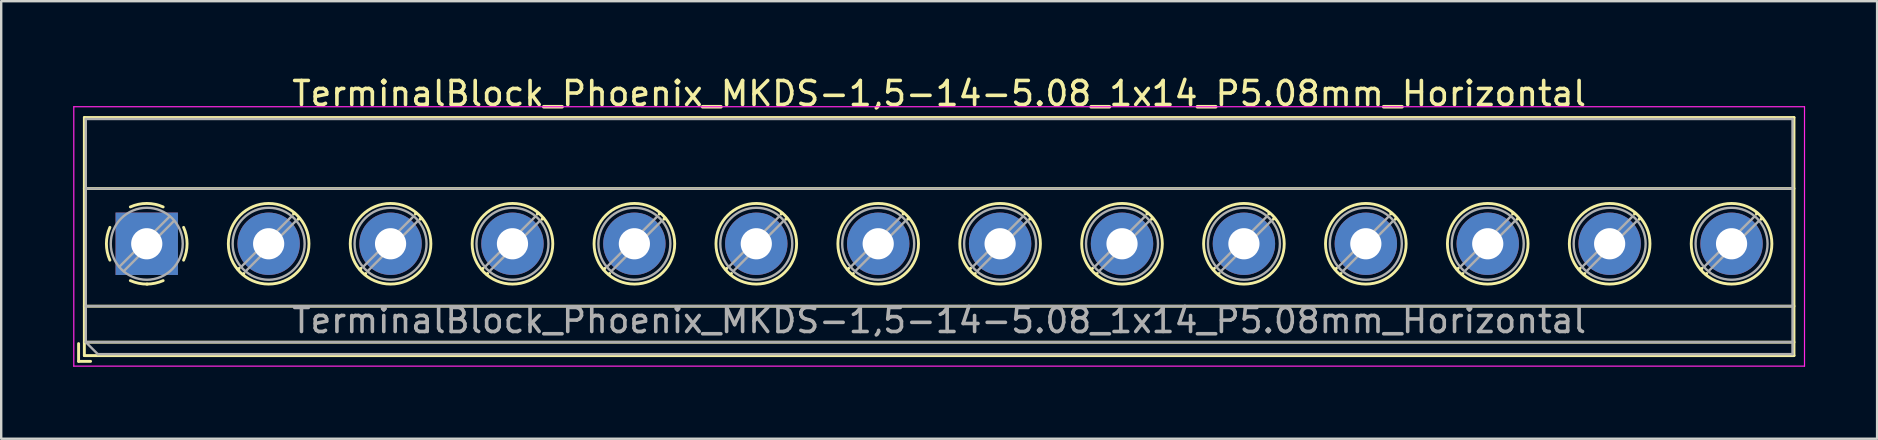
<source format=kicad_pcb>
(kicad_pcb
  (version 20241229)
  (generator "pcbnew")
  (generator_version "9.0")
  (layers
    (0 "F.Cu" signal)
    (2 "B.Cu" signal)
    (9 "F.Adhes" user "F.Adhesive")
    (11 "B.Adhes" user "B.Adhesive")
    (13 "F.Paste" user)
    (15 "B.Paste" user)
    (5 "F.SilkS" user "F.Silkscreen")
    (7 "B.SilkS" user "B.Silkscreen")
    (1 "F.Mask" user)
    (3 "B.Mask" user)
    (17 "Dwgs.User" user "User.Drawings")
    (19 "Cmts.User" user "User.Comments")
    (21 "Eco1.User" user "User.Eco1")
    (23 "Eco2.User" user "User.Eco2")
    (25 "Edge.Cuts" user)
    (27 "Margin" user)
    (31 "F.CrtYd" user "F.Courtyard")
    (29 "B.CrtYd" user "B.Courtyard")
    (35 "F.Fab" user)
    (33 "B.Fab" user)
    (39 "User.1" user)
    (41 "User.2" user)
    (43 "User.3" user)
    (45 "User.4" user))
  (footprint "TerminalBlock_Phoenix_MKDS-1,5-14-5.08_1x14_P5.08mm_Horizontal"
    (layer "F.Cu")
    (at 3.065 7.108)
    (property "Reference" "TerminalBlock_Phoenix_MKDS-1,5-14-5.08_1x14_P5.08mm_Horizontal" (at 33.02 -6.26 0) (layer "F.SilkS") (effects (font (size 1 1) (thickness 0.15))))
    (attr through_hole)
    (fp_line (start -2.84 4.16) (end -2.84 4.9) (stroke (width 0.12) (type solid)) (layer "F.SilkS"))
    (fp_line (start -2.84 4.9) (end -2.34 4.9) (stroke (width 0.12) (type solid)) (layer "F.SilkS"))
    (fp_line (start -2.6 -5.261) (end -2.6 4.66) (stroke (width 0.12) (type solid)) (layer "F.SilkS"))
    (fp_line (start -2.6 -5.261) (end 68.641 -5.261) (stroke (width 0.12) (type solid)) (layer "F.SilkS"))
    (fp_line (start -2.6 -2.301) (end 68.641 -2.301) (stroke (width 0.12) (type solid)) (layer "F.SilkS"))
    (fp_line (start -2.6 2.6) (end 68.641 2.6) (stroke (width 0.12) (type solid)) (layer "F.SilkS"))
    (fp_line (start -2.6 4.1) (end 68.641 4.1) (stroke (width 0.12) (type solid)) (layer "F.SilkS"))
    (fp_line (start -2.6 4.66) (end 68.641 4.66) (stroke (width 0.12) (type solid)) (layer "F.SilkS"))
    (fp_line (start 3.853 1.023) (end 3.806 1.069) (stroke (width 0.12) (type solid)) (layer "F.SilkS"))
    (fp_line (start 4.046 1.239) (end 4.011 1.274) (stroke (width 0.12) (type solid)) (layer "F.SilkS"))
    (fp_line (start 6.15 -1.275) (end 6.115 -1.239) (stroke (width 0.12) (type solid)) (layer "F.SilkS"))
    (fp_line (start 6.355 -1.069) (end 6.308 -1.023) (stroke (width 0.12) (type solid)) (layer "F.SilkS"))
    (fp_line (start 8.933 1.023) (end 8.886 1.069) (stroke (width 0.12) (type solid)) (layer "F.SilkS"))
    (fp_line (start 9.126 1.239) (end 9.091 1.274) (stroke (width 0.12) (type solid)) (layer "F.SilkS"))
    (fp_line (start 11.23 -1.275) (end 11.195 -1.239) (stroke (width 0.12) (type solid)) (layer "F.SilkS"))
    (fp_line (start 11.435 -1.069) (end 11.388 -1.023) (stroke (width 0.12) (type solid)) (layer "F.SilkS"))
    (fp_line (start 14.013 1.023) (end 13.966 1.069) (stroke (width 0.12) (type solid)) (layer "F.SilkS"))
    (fp_line (start 14.206 1.239) (end 14.171 1.274) (stroke (width 0.12) (type solid)) (layer "F.SilkS"))
    (fp_line (start 16.31 -1.275) (end 16.275 -1.239) (stroke (width 0.12) (type solid)) (layer "F.SilkS"))
    (fp_line (start 16.515 -1.069) (end 16.468 -1.023) (stroke (width 0.12) (type solid)) (layer "F.SilkS"))
    (fp_line (start 19.093 1.023) (end 19.046 1.069) (stroke (width 0.12) (type solid)) (layer "F.SilkS"))
    (fp_line (start 19.286 1.239) (end 19.251 1.274) (stroke (width 0.12) (type solid)) (layer "F.SilkS"))
    (fp_line (start 21.39 -1.275) (end 21.355 -1.239) (stroke (width 0.12) (type solid)) (layer "F.SilkS"))
    (fp_line (start 21.595 -1.069) (end 21.548 -1.023) (stroke (width 0.12) (type solid)) (layer "F.SilkS"))
    (fp_line (start 24.173 1.023) (end 24.126 1.069) (stroke (width 0.12) (type solid)) (layer "F.SilkS"))
    (fp_line (start 24.366 1.239) (end 24.331 1.274) (stroke (width 0.12) (type solid)) (layer "F.SilkS"))
    (fp_line (start 26.47 -1.275) (end 26.435 -1.239) (stroke (width 0.12) (type solid)) (layer "F.SilkS"))
    (fp_line (start 26.675 -1.069) (end 26.628 -1.023) (stroke (width 0.12) (type solid)) (layer "F.SilkS"))
    (fp_line (start 29.253 1.023) (end 29.206 1.069) (stroke (width 0.12) (type solid)) (layer "F.SilkS"))
    (fp_line (start 29.446 1.239) (end 29.411 1.274) (stroke (width 0.12) (type solid)) (layer "F.SilkS"))
    (fp_line (start 31.55 -1.275) (end 31.515 -1.239) (stroke (width 0.12) (type solid)) (layer "F.SilkS"))
    (fp_line (start 31.755 -1.069) (end 31.708 -1.023) (stroke (width 0.12) (type solid)) (layer "F.SilkS"))
    (fp_line (start 34.333 1.023) (end 34.286 1.069) (stroke (width 0.12) (type solid)) (layer "F.SilkS"))
    (fp_line (start 34.526 1.239) (end 34.491 1.274) (stroke (width 0.12) (type solid)) (layer "F.SilkS"))
    (fp_line (start 36.63 -1.275) (end 36.595 -1.239) (stroke (width 0.12) (type solid)) (layer "F.SilkS"))
    (fp_line (start 36.835 -1.069) (end 36.788 -1.023) (stroke (width 0.12) (type solid)) (layer "F.SilkS"))
    (fp_line (start 39.413 1.023) (end 39.366 1.069) (stroke (width 0.12) (type solid)) (layer "F.SilkS"))
    (fp_line (start 39.606 1.239) (end 39.571 1.274) (stroke (width 0.12) (type solid)) (layer "F.SilkS"))
    (fp_line (start 41.71 -1.275) (end 41.675 -1.239) (stroke (width 0.12) (type solid)) (layer "F.SilkS"))
    (fp_line (start 41.915 -1.069) (end 41.868 -1.023) (stroke (width 0.12) (type solid)) (layer "F.SilkS"))
    (fp_line (start 44.493 1.023) (end 44.446 1.069) (stroke (width 0.12) (type solid)) (layer "F.SilkS"))
    (fp_line (start 44.686 1.239) (end 44.651 1.274) (stroke (width 0.12) (type solid)) (layer "F.SilkS"))
    (fp_line (start 46.79 -1.275) (end 46.755 -1.239) (stroke (width 0.12) (type solid)) (layer "F.SilkS"))
    (fp_line (start 46.995 -1.069) (end 46.948 -1.023) (stroke (width 0.12) (type solid)) (layer "F.SilkS"))
    (fp_line (start 49.573 1.023) (end 49.526 1.069) (stroke (width 0.12) (type solid)) (layer "F.SilkS"))
    (fp_line (start 49.766 1.239) (end 49.731 1.274) (stroke (width 0.12) (type solid)) (layer "F.SilkS"))
    (fp_line (start 51.87 -1.275) (end 51.835 -1.239) (stroke (width 0.12) (type solid)) (layer "F.SilkS"))
    (fp_line (start 52.075 -1.069) (end 52.028 -1.023) (stroke (width 0.12) (type solid)) (layer "F.SilkS"))
    (fp_line (start 54.653 1.023) (end 54.606 1.069) (stroke (width 0.12) (type solid)) (layer "F.SilkS"))
    (fp_line (start 54.846 1.239) (end 54.811 1.274) (stroke (width 0.12) (type solid)) (layer "F.SilkS"))
    (fp_line (start 56.95 -1.275) (end 56.915 -1.239) (stroke (width 0.12) (type solid)) (layer "F.SilkS"))
    (fp_line (start 57.155 -1.069) (end 57.108 -1.023) (stroke (width 0.12) (type solid)) (layer "F.SilkS"))
    (fp_line (start 59.733 1.023) (end 59.686 1.069) (stroke (width 0.12) (type solid)) (layer "F.SilkS"))
    (fp_line (start 59.926 1.239) (end 59.891 1.274) (stroke (width 0.12) (type solid)) (layer "F.SilkS"))
    (fp_line (start 62.03 -1.275) (end 61.995 -1.239) (stroke (width 0.12) (type solid)) (layer "F.SilkS"))
    (fp_line (start 62.235 -1.069) (end 62.188 -1.023) (stroke (width 0.12) (type solid)) (layer "F.SilkS"))
    (fp_line (start 64.813 1.023) (end 64.766 1.069) (stroke (width 0.12) (type solid)) (layer "F.SilkS"))
    (fp_line (start 65.006 1.239) (end 64.971 1.274) (stroke (width 0.12) (type solid)) (layer "F.SilkS"))
    (fp_line (start 67.11 -1.275) (end 67.075 -1.239) (stroke (width 0.12) (type solid)) (layer "F.SilkS"))
    (fp_line (start 67.315 -1.069) (end 67.268 -1.023) (stroke (width 0.12) (type solid)) (layer "F.SilkS"))
    (fp_line (start 68.641 -5.261) (end 68.641 4.66) (stroke (width 0.12) (type solid)) (layer "F.SilkS"))
    (fp_arc (start -1.535427 0.683042) (mid -1.680501 -0.000524) (end -1.535 -0.684) (stroke (width 0.12) (type solid)) (layer "F.SilkS"))
    (fp_arc (start -0.683042 -1.535427) (mid 0.000524 -1.680501) (end 0.684 -1.535) (stroke (width 0.12) (type solid)) (layer "F.SilkS"))
    (fp_arc (start 0.028805 1.680253) (mid -0.335551 1.646659) (end -0.684 1.535) (stroke (width 0.12) (type solid)) (layer "F.SilkS"))
    (fp_arc (start 0.683318 1.534756) (mid 0.349292 1.643288) (end 0 1.68) (stroke (width 0.12) (type solid)) (layer "F.SilkS"))
    (fp_arc (start 1.535427 -0.683042) (mid 1.680501 0.000524) (end 1.535 0.684) (stroke (width 0.12) (type solid)) (layer "F.SilkS"))
    (fp_circle (center 5.08 0) (end 6.76 0) (stroke (width 0.12) (type solid)) (fill no) (layer "F.SilkS"))
    (fp_circle (center 10.16 0) (end 11.84 0) (stroke (width 0.12) (type solid)) (fill no) (layer "F.SilkS"))
    (fp_circle (center 15.24 0) (end 16.92 0) (stroke (width 0.12) (type solid)) (fill no) (layer "F.SilkS"))
    (fp_circle (center 20.32 0) (end 22 0) (stroke (width 0.12) (type solid)) (fill no) (layer "F.SilkS"))
    (fp_circle (center 25.4 0) (end 27.08 0) (stroke (width 0.12) (type solid)) (fill no) (layer "F.SilkS"))
    (fp_circle (center 30.48 0) (end 32.16 0) (stroke (width 0.12) (type solid)) (fill no) (layer "F.SilkS"))
    (fp_circle (center 35.56 0) (end 37.24 0) (stroke (width 0.12) (type solid)) (fill no) (layer "F.SilkS"))
    (fp_circle (center 40.64 0) (end 42.32 0) (stroke (width 0.12) (type solid)) (fill no) (layer "F.SilkS"))
    (fp_circle (center 45.72 0) (end 47.4 0) (stroke (width 0.12) (type solid)) (fill no) (layer "F.SilkS"))
    (fp_circle (center 50.8 0) (end 52.48 0) (stroke (width 0.12) (type solid)) (fill no) (layer "F.SilkS"))
    (fp_circle (center 55.88 0) (end 57.56 0) (stroke (width 0.12) (type solid)) (fill no) (layer "F.SilkS"))
    (fp_circle (center 60.96 0) (end 62.64 0) (stroke (width 0.12) (type solid)) (fill no) (layer "F.SilkS"))
    (fp_circle (center 66.04 0) (end 67.72 0) (stroke (width 0.12) (type solid)) (fill no) (layer "F.SilkS"))
    (fp_line (start -3.04 -5.71) (end -3.04 5.1) (stroke (width 0.05) (type solid)) (layer "F.CrtYd"))
    (fp_line (start -3.04 5.1) (end 69.08 5.1) (stroke (width 0.05) (type solid)) (layer "F.CrtYd"))
    (fp_line (start 69.08 -5.71) (end -3.04 -5.71) (stroke (width 0.05) (type solid)) (layer "F.CrtYd"))
    (fp_line (start 69.08 5.1) (end 69.08 -5.71) (stroke (width 0.05) (type solid)) (layer "F.CrtYd"))
    (fp_line (start -2.54 -5.2) (end 68.58 -5.2) (stroke (width 0.1) (type solid)) (layer "F.Fab"))
    (fp_line (start -2.54 -2.3) (end 68.58 -2.3) (stroke (width 0.1) (type solid)) (layer "F.Fab"))
    (fp_line (start -2.54 2.6) (end 68.58 2.6) (stroke (width 0.1) (type solid)) (layer "F.Fab"))
    (fp_line (start -2.54 4.1) (end -2.54 -5.2) (stroke (width 0.1) (type solid)) (layer "F.Fab"))
    (fp_line (start -2.54 4.1) (end 68.58 4.1) (stroke (width 0.1) (type solid)) (layer "F.Fab"))
    (fp_line (start -2.04 4.6) (end -2.54 4.1) (stroke (width 0.1) (type solid)) (layer "F.Fab"))
    (fp_line (start 0.955 -1.138) (end -1.138 0.955) (stroke (width 0.1) (type solid)) (layer "F.Fab"))
    (fp_line (start 1.138 -0.955) (end -0.955 1.138) (stroke (width 0.1) (type solid)) (layer "F.Fab"))
    (fp_line (start 6.035 -1.138) (end 3.943 0.955) (stroke (width 0.1) (type solid)) (layer "F.Fab"))
    (fp_line (start 6.218 -0.955) (end 4.126 1.138) (stroke (width 0.1) (type solid)) (layer "F.Fab"))
    (fp_line (start 11.115 -1.138) (end 9.023 0.955) (stroke (width 0.1) (type solid)) (layer "F.Fab"))
    (fp_line (start 11.298 -0.955) (end 9.206 1.138) (stroke (width 0.1) (type solid)) (layer "F.Fab"))
    (fp_line (start 16.195 -1.138) (end 14.103 0.955) (stroke (width 0.1) (type solid)) (layer "F.Fab"))
    (fp_line (start 16.378 -0.955) (end 14.286 1.138) (stroke (width 0.1) (type solid)) (layer "F.Fab"))
    (fp_line (start 21.275 -1.138) (end 19.183 0.955) (stroke (width 0.1) (type solid)) (layer "F.Fab"))
    (fp_line (start 21.458 -0.955) (end 19.366 1.138) (stroke (width 0.1) (type solid)) (layer "F.Fab"))
    (fp_line (start 26.355 -1.138) (end 24.263 0.955) (stroke (width 0.1) (type solid)) (layer "F.Fab"))
    (fp_line (start 26.538 -0.955) (end 24.446 1.138) (stroke (width 0.1) (type solid)) (layer "F.Fab"))
    (fp_line (start 31.435 -1.138) (end 29.343 0.955) (stroke (width 0.1) (type solid)) (layer "F.Fab"))
    (fp_line (start 31.618 -0.955) (end 29.526 1.138) (stroke (width 0.1) (type solid)) (layer "F.Fab"))
    (fp_line (start 36.515 -1.138) (end 34.423 0.955) (stroke (width 0.1) (type solid)) (layer "F.Fab"))
    (fp_line (start 36.698 -0.955) (end 34.606 1.138) (stroke (width 0.1) (type solid)) (layer "F.Fab"))
    (fp_line (start 41.595 -1.138) (end 39.503 0.955) (stroke (width 0.1) (type solid)) (layer "F.Fab"))
    (fp_line (start 41.778 -0.955) (end 39.686 1.138) (stroke (width 0.1) (type solid)) (layer "F.Fab"))
    (fp_line (start 46.675 -1.138) (end 44.583 0.955) (stroke (width 0.1) (type solid)) (layer "F.Fab"))
    (fp_line (start 46.858 -0.955) (end 44.766 1.138) (stroke (width 0.1) (type solid)) (layer "F.Fab"))
    (fp_line (start 51.755 -1.138) (end 49.663 0.955) (stroke (width 0.1) (type solid)) (layer "F.Fab"))
    (fp_line (start 51.938 -0.955) (end 49.846 1.138) (stroke (width 0.1) (type solid)) (layer "F.Fab"))
    (fp_line (start 56.835 -1.138) (end 54.743 0.955) (stroke (width 0.1) (type solid)) (layer "F.Fab"))
    (fp_line (start 57.018 -0.955) (end 54.926 1.138) (stroke (width 0.1) (type solid)) (layer "F.Fab"))
    (fp_line (start 61.915 -1.138) (end 59.823 0.955) (stroke (width 0.1) (type solid)) (layer "F.Fab"))
    (fp_line (start 62.098 -0.955) (end 60.006 1.138) (stroke (width 0.1) (type solid)) (layer "F.Fab"))
    (fp_line (start 66.995 -1.138) (end 64.903 0.955) (stroke (width 0.1) (type solid)) (layer "F.Fab"))
    (fp_line (start 67.178 -0.955) (end 65.086 1.138) (stroke (width 0.1) (type solid)) (layer "F.Fab"))
    (fp_line (start 68.58 -5.2) (end 68.58 4.6) (stroke (width 0.1) (type solid)) (layer "F.Fab"))
    (fp_line (start 68.58 4.6) (end -2.04 4.6) (stroke (width 0.1) (type solid)) (layer "F.Fab"))
    (fp_circle (center 0 0) (end 1.5 0) (stroke (width 0.1) (type solid)) (fill no) (layer "F.Fab"))
    (fp_circle (center 5.08 0) (end 6.58 0) (stroke (width 0.1) (type solid)) (fill no) (layer "F.Fab"))
    (fp_circle (center 10.16 0) (end 11.66 0) (stroke (width 0.1) (type solid)) (fill no) (layer "F.Fab"))
    (fp_circle (center 15.24 0) (end 16.74 0) (stroke (width 0.1) (type solid)) (fill no) (layer "F.Fab"))
    (fp_circle (center 20.32 0) (end 21.82 0) (stroke (width 0.1) (type solid)) (fill no) (layer "F.Fab"))
    (fp_circle (center 25.4 0) (end 26.9 0) (stroke (width 0.1) (type solid)) (fill no) (layer "F.Fab"))
    (fp_circle (center 30.48 0) (end 31.98 0) (stroke (width 0.1) (type solid)) (fill no) (layer "F.Fab"))
    (fp_circle (center 35.56 0) (end 37.06 0) (stroke (width 0.1) (type solid)) (fill no) (layer "F.Fab"))
    (fp_circle (center 40.64 0) (end 42.14 0) (stroke (width 0.1) (type solid)) (fill no) (layer "F.Fab"))
    (fp_circle (center 45.72 0) (end 47.22 0) (stroke (width 0.1) (type solid)) (fill no) (layer "F.Fab"))
    (fp_circle (center 50.8 0) (end 52.3 0) (stroke (width 0.1) (type solid)) (fill no) (layer "F.Fab"))
    (fp_circle (center 55.88 0) (end 57.38 0) (stroke (width 0.1) (type solid)) (fill no) (layer "F.Fab"))
    (fp_circle (center 60.96 0) (end 62.46 0) (stroke (width 0.1) (type solid)) (fill no) (layer "F.Fab"))
    (fp_circle (center 66.04 0) (end 67.54 0) (stroke (width 0.1) (type solid)) (fill no) (layer "F.Fab"))
    (fp_text user "${REFERENCE}" (at 33.02 3.2 0) (layer "F.Fab") (effects (font (size 1 1) (thickness 0.15))))
    (pad "1" thru_hole rect (at 0 0) (size 2.6 2.6) (drill 1.3) (layers "*.Cu" "*.Mask"))
    (pad "2" thru_hole circle (at 5.08 0) (size 2.6 2.6) (drill 1.3) (layers "*.Cu" "*.Mask"))
    (pad "3" thru_hole circle (at 10.16 0) (size 2.6 2.6) (drill 1.3) (layers "*.Cu" "*.Mask"))
    (pad "4" thru_hole circle (at 15.24 0) (size 2.6 2.6) (drill 1.3) (layers "*.Cu" "*.Mask"))
    (pad "5" thru_hole circle (at 20.32 0) (size 2.6 2.6) (drill 1.3) (layers "*.Cu" "*.Mask"))
    (pad "6" thru_hole circle (at 25.4 0) (size 2.6 2.6) (drill 1.3) (layers "*.Cu" "*.Mask"))
    (pad "7" thru_hole circle (at 30.48 0) (size 2.6 2.6) (drill 1.3) (layers "*.Cu" "*.Mask"))
    (pad "8" thru_hole circle (at 35.56 0) (size 2.6 2.6) (drill 1.3) (layers "*.Cu" "*.Mask"))
    (pad "9" thru_hole circle (at 40.64 0) (size 2.6 2.6) (drill 1.3) (layers "*.Cu" "*.Mask"))
    (pad "10" thru_hole circle (at 45.72 0) (size 2.6 2.6) (drill 1.3) (layers "*.Cu" "*.Mask"))
    (pad "11" thru_hole circle (at 50.8 0) (size 2.6 2.6) (drill 1.3) (layers "*.Cu" "*.Mask"))
    (pad "12" thru_hole circle (at 55.88 0) (size 2.6 2.6) (drill 1.3) (layers "*.Cu" "*.Mask"))
    (pad "13" thru_hole circle (at 60.96 0) (size 2.6 2.6) (drill 1.3) (layers "*.Cu" "*.Mask"))
    (pad "14" thru_hole circle (at 66.04 0) (size 2.6 2.6) (drill 1.3) (layers "*.Cu" "*.Mask")))
  (gr_rect
    (start -3 -3)
    (end 75.17 15.233)
    (stroke (width 0.1) (type default))
    (fill no)
    (layer "Edge.Cuts")))
</source>
